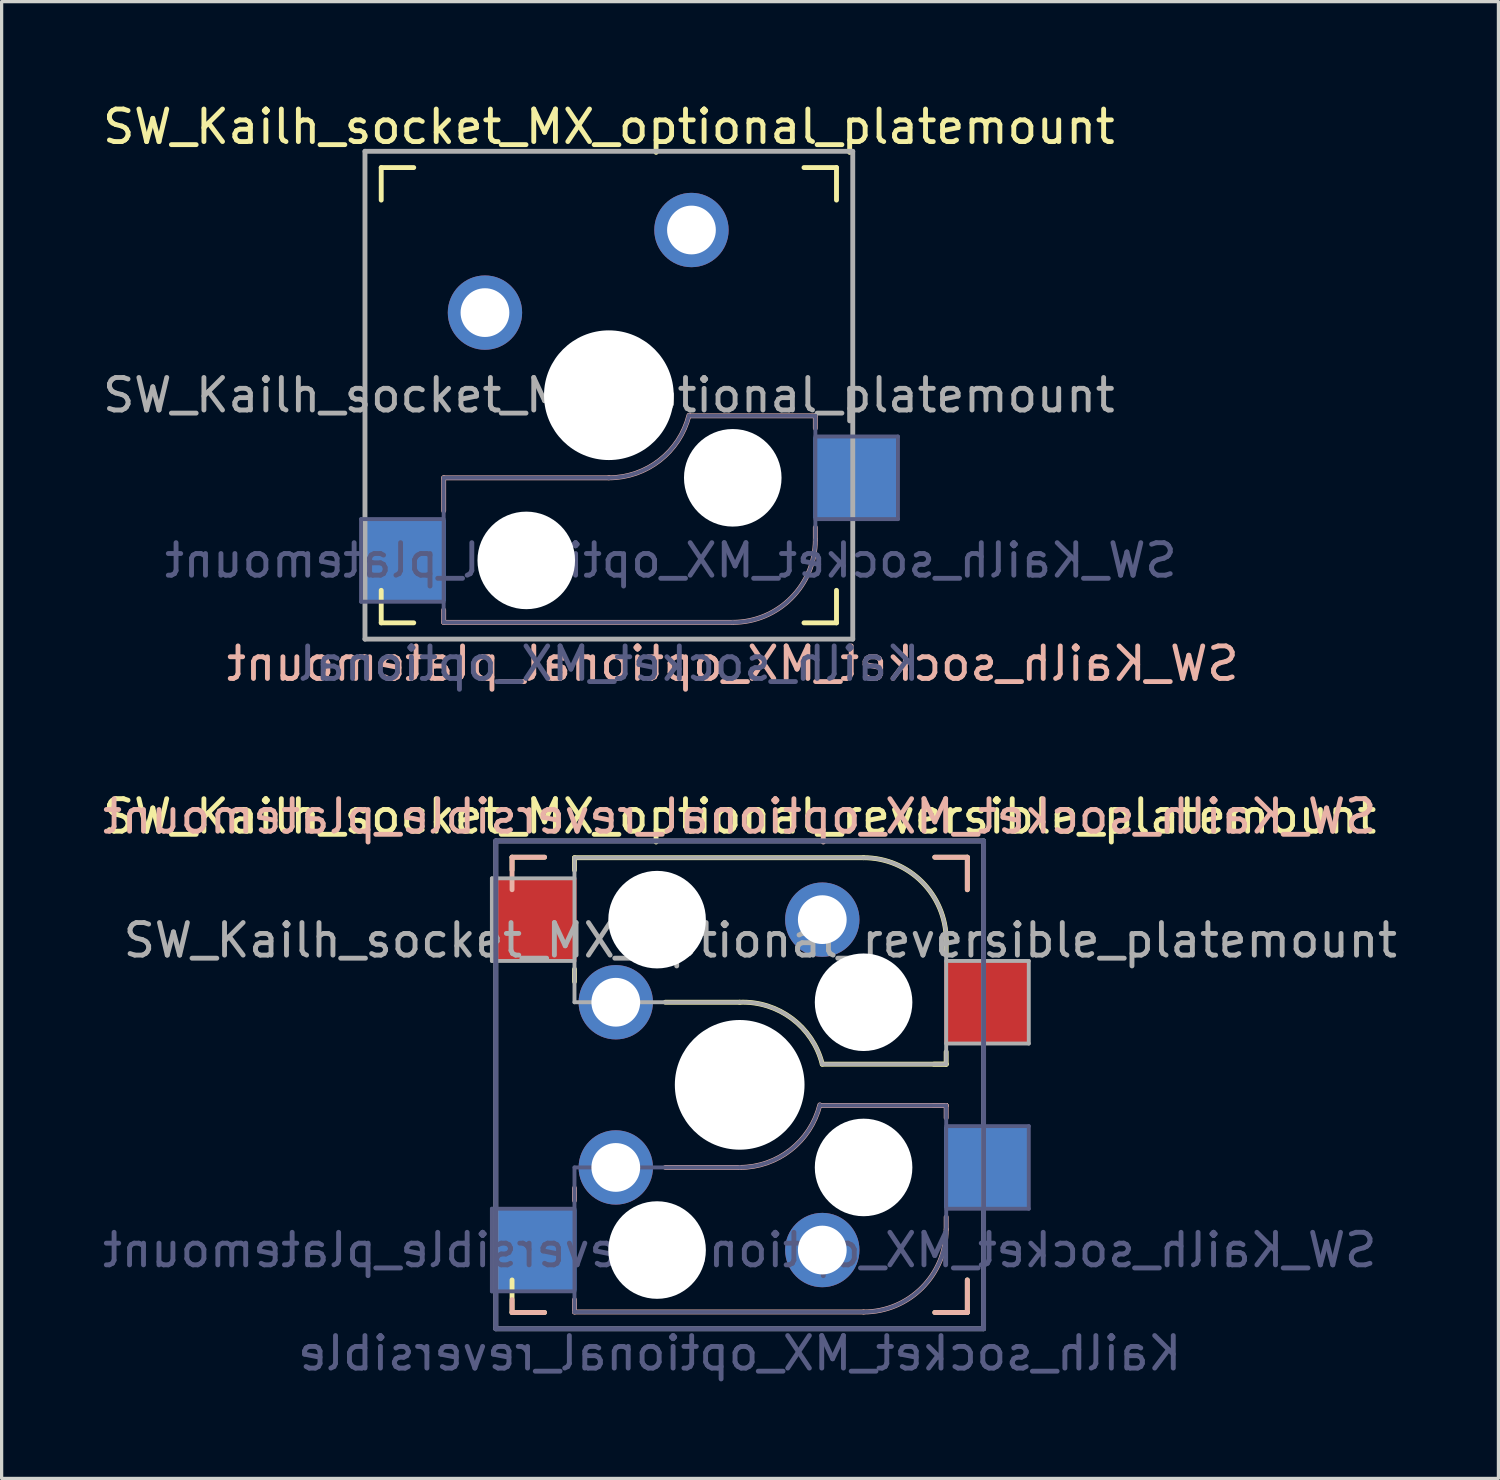
<source format=kicad_pcb>
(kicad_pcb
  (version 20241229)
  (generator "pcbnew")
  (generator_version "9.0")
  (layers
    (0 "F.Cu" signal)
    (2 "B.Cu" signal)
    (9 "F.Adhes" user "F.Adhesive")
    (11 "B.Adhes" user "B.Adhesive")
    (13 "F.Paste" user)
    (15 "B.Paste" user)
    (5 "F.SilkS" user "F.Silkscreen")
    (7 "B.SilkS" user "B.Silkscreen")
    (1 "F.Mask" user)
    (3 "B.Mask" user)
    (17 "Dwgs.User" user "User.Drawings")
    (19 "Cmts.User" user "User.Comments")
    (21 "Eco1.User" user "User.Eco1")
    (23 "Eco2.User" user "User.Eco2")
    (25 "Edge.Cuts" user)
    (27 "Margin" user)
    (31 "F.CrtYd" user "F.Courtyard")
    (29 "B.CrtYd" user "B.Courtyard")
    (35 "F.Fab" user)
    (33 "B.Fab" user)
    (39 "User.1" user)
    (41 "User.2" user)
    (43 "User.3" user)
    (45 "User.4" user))
  (footprint "SW_Kailh_socket_MX_optional_reversible_platemount"
    (layer "F.Cu")
    (at 19.696 30.31)
    (property "Reference" "SW_Kailh_socket_MX_optional_reversible_platemount" (at 0 -8.255 0) (layer "F.SilkS") (effects (font (size 1 1) (thickness 0.15))))
    (property "Value" "Kailh_socket_MX_optional_reversible" (at 0 8.255 0) (layer "F.Fab") (hide yes) (effects (font (size 1 1) (thickness 0.15))))
    (attr smd)
    (fp_line (start -7 -7) (end -6 -7) (stroke (width 0.15) (type solid)) (layer "F.SilkS"))
    (fp_line (start -7 -6.604) (end -7 -7) (stroke (width 0.15) (type solid)) (layer "F.SilkS"))
    (fp_line (start -7 7) (end -7 6) (stroke (width 0.15) (type solid)) (layer "F.SilkS"))
    (fp_line (start -6 7) (end -7 7) (stroke (width 0.15) (type solid)) (layer "F.SilkS"))
    (fp_line (start -5.08 -6.985) (end -5.08 -6.604) (stroke (width 0.15) (type solid)) (layer "F.SilkS"))
    (fp_line (start -5.08 -3.556) (end -5.08 -3.175) (stroke (width 0.15) (type solid)) (layer "F.SilkS"))
    (fp_line (start -2.286 -2.54) (end 0 -2.54) (stroke (width 0.15) (type solid)) (layer "F.SilkS"))
    (fp_line (start 2.54 -0.635) (end 6.35 -0.635) (stroke (width 0.15) (type solid)) (layer "F.SilkS"))
    (fp_line (start 3.81 -6.985) (end -5.08 -6.985) (stroke (width 0.15) (type solid)) (layer "F.SilkS"))
    (fp_line (start 5.969 -0.635) (end 6.35 -0.635) (stroke (width 0.15) (type solid)) (layer "F.SilkS"))
    (fp_line (start 6 -7) (end 7 -7) (stroke (width 0.15) (type solid)) (layer "F.SilkS"))
    (fp_line (start 6.35 -4.445) (end 6.35 -4.064) (stroke (width 0.15) (type solid)) (layer "F.SilkS"))
    (fp_line (start 6.35 -0.635) (end 6.35 -1.016) (stroke (width 0.15) (type solid)) (layer "F.SilkS"))
    (fp_line (start 7 -7) (end 7 -6) (stroke (width 0.15) (type solid)) (layer "F.SilkS"))
    (fp_line (start 7 6) (end 7 7) (stroke (width 0.15) (type solid)) (layer "F.SilkS"))
    (fp_line (start 7 7) (end 6 7) (stroke (width 0.15) (type solid)) (layer "F.SilkS"))
    (fp_arc (start 0 -2.54) (mid 1.608175 -2.0384) (end 2.539999 -0.634999) (stroke (width 0.15) (type solid)) (layer "F.SilkS"))
    (fp_arc (start 3.81 -6.985) (mid 5.606051 -6.241051) (end 6.35 -4.445) (stroke (width 0.15) (type solid)) (layer "F.SilkS"))
    (fp_line (start -7 -7) (end -6 -7) (stroke (width 0.15) (type solid)) (layer "B.SilkS"))
    (fp_line (start -7 -6) (end -7 -7) (stroke (width 0.15) (type solid)) (layer "B.SilkS"))
    (fp_line (start -7 7) (end -7 6.604) (stroke (width 0.15) (type solid)) (layer "B.SilkS"))
    (fp_line (start -6 7) (end -7 7) (stroke (width 0.15) (type solid)) (layer "B.SilkS"))
    (fp_line (start -5.08 3.175) (end -5.08 3.556) (stroke (width 0.15) (type solid)) (layer "B.SilkS"))
    (fp_line (start -5.08 6.604) (end -5.08 6.985) (stroke (width 0.15) (type solid)) (layer "B.SilkS"))
    (fp_line (start -5.08 6.985) (end 3.81 6.985) (stroke (width 0.15) (type solid)) (layer "B.SilkS"))
    (fp_line (start 0 2.54) (end -2.286 2.54) (stroke (width 0.15) (type solid)) (layer "B.SilkS"))
    (fp_line (start 6 -7) (end 7 -7) (stroke (width 0.15) (type solid)) (layer "B.SilkS"))
    (fp_line (start 6.35 0.635) (end 2.54 0.635) (stroke (width 0.15) (type solid)) (layer "B.SilkS"))
    (fp_line (start 6.35 0.635) (end 5.969 0.635) (stroke (width 0.15) (type solid)) (layer "B.SilkS"))
    (fp_line (start 6.35 1.016) (end 6.35 0.635) (stroke (width 0.15) (type solid)) (layer "B.SilkS"))
    (fp_line (start 6.35 4.445) (end 6.35 4.064) (stroke (width 0.15) (type solid)) (layer "B.SilkS"))
    (fp_line (start 7 -7) (end 7 -6) (stroke (width 0.15) (type solid)) (layer "B.SilkS"))
    (fp_line (start 7 6) (end 7 7) (stroke (width 0.15) (type solid)) (layer "B.SilkS"))
    (fp_line (start 7 7) (end 6 7) (stroke (width 0.15) (type solid)) (layer "B.SilkS"))
    (fp_arc (start 2.464162 0.61604) (mid 1.563147 2.002042) (end 0 2.54) (stroke (width 0.15) (type solid)) (layer "B.SilkS"))
    (fp_arc (start 6.35 4.445) (mid 5.606051 6.241051) (end 3.81 6.985) (stroke (width 0.15) (type solid)) (layer "B.SilkS"))
    (fp_line (start -6.9 6.9) (end -6.9 -6.9) (stroke (width 0.15) (type solid)) (layer "Eco2.User"))
    (fp_line (start -6.9 6.9) (end 6.9 6.9) (stroke (width 0.15) (type solid)) (layer "Eco2.User"))
    (fp_line (start 6.9 -6.9) (end -6.9 -6.9) (stroke (width 0.15) (type solid)) (layer "Eco2.User"))
    (fp_line (start 6.9 -6.9) (end 6.9 6.9) (stroke (width 0.15) (type solid)) (layer "Eco2.User"))
    (fp_line (start -7.62 3.81) (end -7.62 6.35) (stroke (width 0.12) (type solid)) (layer "B.Fab"))
    (fp_line (start -7.62 6.35) (end -5.08 6.35) (stroke (width 0.12) (type solid)) (layer "B.Fab"))
    (fp_line (start -7.5 -7.5) (end 7.5 -7.5) (stroke (width 0.15) (type solid)) (layer "B.Fab"))
    (fp_line (start -7.5 7.5) (end -7.5 -7.5) (stroke (width 0.15) (type solid)) (layer "B.Fab"))
    (fp_line (start -5.08 2.54) (end -5.08 6.985) (stroke (width 0.12) (type solid)) (layer "B.Fab"))
    (fp_line (start -5.08 3.81) (end -7.62 3.81) (stroke (width 0.12) (type solid)) (layer "B.Fab"))
    (fp_line (start -5.08 6.985) (end 3.81 6.985) (stroke (width 0.12) (type solid)) (layer "B.Fab"))
    (fp_line (start 0 2.54) (end -5.08 2.54) (stroke (width 0.12) (type solid)) (layer "B.Fab"))
    (fp_line (start 6.35 0.635) (end 2.54 0.635) (stroke (width 0.12) (type solid)) (layer "B.Fab"))
    (fp_line (start 6.35 3.81) (end 8.89 3.81) (stroke (width 0.12) (type solid)) (layer "B.Fab"))
    (fp_line (start 6.35 4.445) (end 6.35 0.635) (stroke (width 0.12) (type solid)) (layer "B.Fab"))
    (fp_line (start 7.5 -7.5) (end 7.5 7.5) (stroke (width 0.15) (type solid)) (layer "B.Fab"))
    (fp_line (start 7.5 7.5) (end -7.5 7.5) (stroke (width 0.15) (type solid)) (layer "B.Fab"))
    (fp_line (start 8.89 1.27) (end 6.35 1.27) (stroke (width 0.12) (type solid)) (layer "B.Fab"))
    (fp_line (start 8.89 3.81) (end 8.89 1.27) (stroke (width 0.12) (type solid)) (layer "B.Fab"))
    (fp_arc (start 2.464162 0.61604) (mid 1.563147 2.002042) (end 0 2.54) (stroke (width 0.12) (type solid)) (layer "B.Fab"))
    (fp_arc (start 6.35 4.445) (mid 5.606051 6.241051) (end 3.81 6.985) (stroke (width 0.12) (type solid)) (layer "B.Fab"))
    (fp_line (start -7.62 -6.35) (end -7.62 -3.81) (stroke (width 0.12) (type solid)) (layer "F.Fab"))
    (fp_line (start -7.62 -3.81) (end -5.08 -3.81) (stroke (width 0.12) (type solid)) (layer "F.Fab"))
    (fp_line (start -7.5 -7.5) (end 7.5 -7.5) (stroke (width 0.15) (type solid)) (layer "F.Fab"))
    (fp_line (start -7.5 7.5) (end -7.5 -7.5) (stroke (width 0.15) (type solid)) (layer "F.Fab"))
    (fp_line (start -5.08 -6.985) (end -5.08 -2.54) (stroke (width 0.12) (type solid)) (layer "F.Fab"))
    (fp_line (start -5.08 -6.35) (end -7.62 -6.35) (stroke (width 0.12) (type solid)) (layer "F.Fab"))
    (fp_line (start -5.08 -2.54) (end 0 -2.54) (stroke (width 0.12) (type solid)) (layer "F.Fab"))
    (fp_line (start 2.54 -0.635) (end 6.35 -0.635) (stroke (width 0.12) (type solid)) (layer "F.Fab"))
    (fp_line (start 3.81 -6.985) (end -5.08 -6.985) (stroke (width 0.12) (type solid)) (layer "F.Fab"))
    (fp_line (start 6.35 -1.27) (end 8.89 -1.27) (stroke (width 0.12) (type solid)) (layer "F.Fab"))
    (fp_line (start 6.35 -0.635) (end 6.35 -4.445) (stroke (width 0.12) (type solid)) (layer "F.Fab"))
    (fp_line (start 7.5 -7.5) (end 7.5 7.5) (stroke (width 0.15) (type solid)) (layer "F.Fab"))
    (fp_line (start 7.5 7.5) (end -7.5 7.5) (stroke (width 0.15) (type solid)) (layer "F.Fab"))
    (fp_line (start 8.89 -3.81) (end 6.35 -3.81) (stroke (width 0.12) (type solid)) (layer "F.Fab"))
    (fp_line (start 8.89 -1.27) (end 8.89 -3.81) (stroke (width 0.12) (type solid)) (layer "F.Fab"))
    (fp_arc (start 0 -2.54) (mid 1.607689 -2.038003) (end 2.539999 -0.634999) (stroke (width 0.12) (type solid)) (layer "F.Fab"))
    (fp_arc (start 3.81 -6.985) (mid 5.606051 -6.241051) (end 6.35 -4.445) (stroke (width 0.12) (type solid)) (layer "F.Fab"))
    (fp_text user "${REFERENCE}" (at 0 -8.255 0) (layer "B.SilkS") (effects (font (size 1 1) (thickness 0.15)) (justify mirror)))
    (fp_text user "${REFERENCE}" (at 0 5.08 0) (layer "B.Fab") (effects (font (size 1 1) (thickness 0.15)) (justify mirror)))
    (fp_text user "${VALUE}" (at 0 8.255 0) (layer "B.Fab") (effects (font (size 1 1) (thickness 0.15)) (justify mirror)))
    (fp_text user "${REFERENCE}" (at 0.635 -4.445 0) (layer "F.Fab") (effects (font (size 1 1) (thickness 0.15))))
    (pad "" np_thru_hole circle (at -2.54 -5.08) (size 3 3) (drill 3) (layers "*.Cu" "*.Mask"))
    (pad "" np_thru_hole circle (at -2.54 5.08) (size 3 3) (drill 3) (layers "*.Cu" "*.Mask"))
    (pad "" np_thru_hole circle (at 0 0) (size 3.988 3.988) (drill 3.988) (layers "*.Cu" "*.Mask"))
    (pad "" np_thru_hole circle (at 3.81 -2.54) (size 3 3) (drill 3) (layers "*.Cu" "*.Mask"))
    (pad "" np_thru_hole circle (at 3.81 2.54) (size 3 3) (drill 3) (layers "*.Cu" "*.Mask"))
    (pad "1" smd rect (at -6.29 -5.08) (size 2.55 2.5) (layers "F.Cu" "F.Mask" "F.Paste"))
    (pad "1" smd rect (at -6.29 5.08) (size 2.55 2.5) (layers "B.Cu" "B.Mask" "B.Paste"))
    (pad "1" thru_hole circle (at -3.81 -2.54) (size 2.286 2.286) (drill 1.499) (layers "*.Cu" "*.Mask"))
    (pad "1" thru_hole circle (at -3.81 2.54) (size 2.286 2.286) (drill 1.499) (layers "*.Cu" "*.Mask"))
    (pad "2" thru_hole circle (at 2.54 -5.08) (size 2.286 2.286) (drill 1.499) (layers "*.Cu" "*.Mask"))
    (pad "2" thru_hole circle (at 2.54 5.08) (size 2.286 2.286) (drill 1.499) (layers "*.Cu" "*.Mask"))
    (pad "2" smd rect (at 7.56 -2.54) (size 2.55 2.5) (layers "F.Cu" "F.Mask" "F.Paste"))
    (pad "2" smd rect (at 7.56 2.54) (size 2.55 2.5) (layers "B.Cu" "B.Mask" "B.Paste")))
  (footprint "SW_Kailh_socket_MX_optional_platemount"
    (layer "F.Cu")
    (at 15.673 9.103)
    (property "Reference" "SW_Kailh_socket_MX_optional_platemount" (at 0 -8.255 0) (layer "F.SilkS") (effects (font (size 1 1) (thickness 0.15))))
    (property "Value" "Kailh_socket_MX_optional" (at 0 8.255 0) (layer "F.Fab") (hide yes) (effects (font (size 1 1) (thickness 0.15))))
    (attr through_hole)
    (fp_line (start -7 -6) (end -7 -7) (stroke (width 0.15) (type solid)) (layer "F.SilkS"))
    (fp_line (start -7 7) (end -7 6) (stroke (width 0.15) (type solid)) (layer "F.SilkS"))
    (fp_line (start -7 7) (end -6 7) (stroke (width 0.15) (type solid)) (layer "F.SilkS"))
    (fp_line (start -6 -7) (end -7 -7) (stroke (width 0.15) (type solid)) (layer "F.SilkS"))
    (fp_line (start 6 7) (end 7 7) (stroke (width 0.15) (type solid)) (layer "F.SilkS"))
    (fp_line (start 7 -7) (end 6 -7) (stroke (width 0.15) (type solid)) (layer "F.SilkS"))
    (fp_line (start 7 -7) (end 7 -6) (stroke (width 0.15) (type solid)) (layer "F.SilkS"))
    (fp_line (start 7 6) (end 7 7) (stroke (width 0.15) (type solid)) (layer "F.SilkS"))
    (fp_line (start -5.08 2.54) (end -5.08 3.556) (stroke (width 0.15) (type solid)) (layer "B.SilkS"))
    (fp_line (start -5.08 6.604) (end -5.08 6.985) (stroke (width 0.15) (type solid)) (layer "B.SilkS"))
    (fp_line (start -5.08 6.985) (end 3.81 6.985) (stroke (width 0.15) (type solid)) (layer "B.SilkS"))
    (fp_line (start 0 2.54) (end -5.08 2.54) (stroke (width 0.15) (type solid)) (layer "B.SilkS"))
    (fp_line (start 6.35 0.635) (end 2.5 0.635) (stroke (width 0.15) (type solid)) (layer "B.SilkS"))
    (fp_line (start 6.35 1.016) (end 6.35 0.635) (stroke (width 0.15) (type solid)) (layer "B.SilkS"))
    (fp_line (start 6.35 4.445) (end 6.35 4.064) (stroke (width 0.15) (type solid)) (layer "B.SilkS"))
    (fp_arc (start 2.4638 0.61604) (mid 1.562785 2.002042) (end -0.000362 2.54) (stroke (width 0.15) (type solid)) (layer "B.SilkS"))
    (fp_arc (start 6.35 4.445) (mid 5.606051 6.241051) (end 3.81 6.985) (stroke (width 0.15) (type solid)) (layer "B.SilkS"))
    (fp_line (start -6.9 6.9) (end -6.9 -6.9) (stroke (width 0.15) (type solid)) (layer "Eco2.User"))
    (fp_line (start -6.9 6.9) (end 6.9 6.9) (stroke (width 0.15) (type solid)) (layer "Eco2.User"))
    (fp_line (start 6.9 -6.9) (end -6.9 -6.9) (stroke (width 0.15) (type solid)) (layer "Eco2.User"))
    (fp_line (start 6.9 -6.9) (end 6.9 6.9) (stroke (width 0.15) (type solid)) (layer "Eco2.User"))
    (fp_line (start -7.62 3.81) (end -7.62 6.35) (stroke (width 0.12) (type solid)) (layer "B.Fab"))
    (fp_line (start -7.62 6.35) (end -5.08 6.35) (stroke (width 0.12) (type solid)) (layer "B.Fab"))
    (fp_line (start -5.08 2.54) (end -5.08 6.985) (stroke (width 0.12) (type solid)) (layer "B.Fab"))
    (fp_line (start -5.08 3.81) (end -7.62 3.81) (stroke (width 0.12) (type solid)) (layer "B.Fab"))
    (fp_line (start -5.08 6.985) (end 3.81 6.985) (stroke (width 0.12) (type solid)) (layer "B.Fab"))
    (fp_line (start 0 2.54) (end -5.08 2.54) (stroke (width 0.12) (type solid)) (layer "B.Fab"))
    (fp_line (start 6.35 0.635) (end 2.54 0.635) (stroke (width 0.12) (type solid)) (layer "B.Fab"))
    (fp_line (start 6.35 3.81) (end 8.89 3.81) (stroke (width 0.12) (type solid)) (layer "B.Fab"))
    (fp_line (start 6.35 4.445) (end 6.35 0.635) (stroke (width 0.12) (type solid)) (layer "B.Fab"))
    (fp_line (start 8.89 1.27) (end 6.35 1.27) (stroke (width 0.12) (type solid)) (layer "B.Fab"))
    (fp_line (start 8.89 3.81) (end 8.89 1.27) (stroke (width 0.12) (type solid)) (layer "B.Fab"))
    (fp_arc (start 2.464162 0.61604) (mid 1.563147 2.002042) (end 0 2.54) (stroke (width 0.12) (type solid)) (layer "B.Fab"))
    (fp_arc (start 6.35 4.445) (mid 5.606051 6.241051) (end 3.81 6.985) (stroke (width 0.12) (type solid)) (layer "B.Fab"))
    (fp_line (start -7.5 -7.5) (end 7.5 -7.5) (stroke (width 0.15) (type solid)) (layer "F.Fab"))
    (fp_line (start -7.5 7.5) (end -7.5 -7.5) (stroke (width 0.15) (type solid)) (layer "F.Fab"))
    (fp_line (start 7.5 -7.5) (end 7.5 7.5) (stroke (width 0.15) (type solid)) (layer "F.Fab"))
    (fp_line (start 7.5 7.5) (end -7.5 7.5) (stroke (width 0.15) (type solid)) (layer "F.Fab"))
    (fp_text user "${REFERENCE}" (at 3.81 8.255 0) (layer "B.SilkS") (effects (font (size 1 1) (thickness 0.15)) (justify mirror)))
    (fp_text user "${VALUE}" (at 0 8.255 0) (layer "B.Fab") (effects (font (size 1 1) (thickness 0.15)) (justify mirror)))
    (fp_text user "${REFERENCE}" (at 1.905 5.08 0) (layer "B.Fab") (effects (font (size 1 1) (thickness 0.15)) (justify mirror)))
    (fp_text user "${REFERENCE}" (at 0 0 0) (layer "F.Fab") (effects (font (size 1 1) (thickness 0.15))))
    (pad "" np_thru_hole circle (at -2.54 5.08) (size 3 3) (drill 3) (layers "*.Cu" "*.Mask"))
    (pad "" np_thru_hole circle (at 0 0) (size 3.988 3.988) (drill 3.988) (layers "*.Cu" "*.Mask"))
    (pad "" np_thru_hole circle (at 3.81 2.54) (size 3 3) (drill 3) (layers "*.Cu" "*.Mask"))
    (pad "1" smd rect (at -6.29 5.08) (size 2.55 2.5) (layers "B.Cu" "B.Mask" "B.Paste"))
    (pad "1" thru_hole circle (at 2.54 -5.08) (size 2.286 2.286) (drill 1.499) (layers "*.Cu" "*.Mask"))
    (pad "2" thru_hole circle (at -3.81 -2.54) (size 2.286 2.286) (drill 1.499) (layers "*.Cu" "*.Mask"))
    (pad "2" smd rect (at 7.56 2.54) (size 2.55 2.5) (layers "B.Cu" "B.Mask" "B.Paste")))
  (gr_rect
    (start -3 -3)
    (end 43.028 42.413)
    (stroke (width 0.1) (type default))
    (fill no)
    (layer "Edge.Cuts")))
</source>
